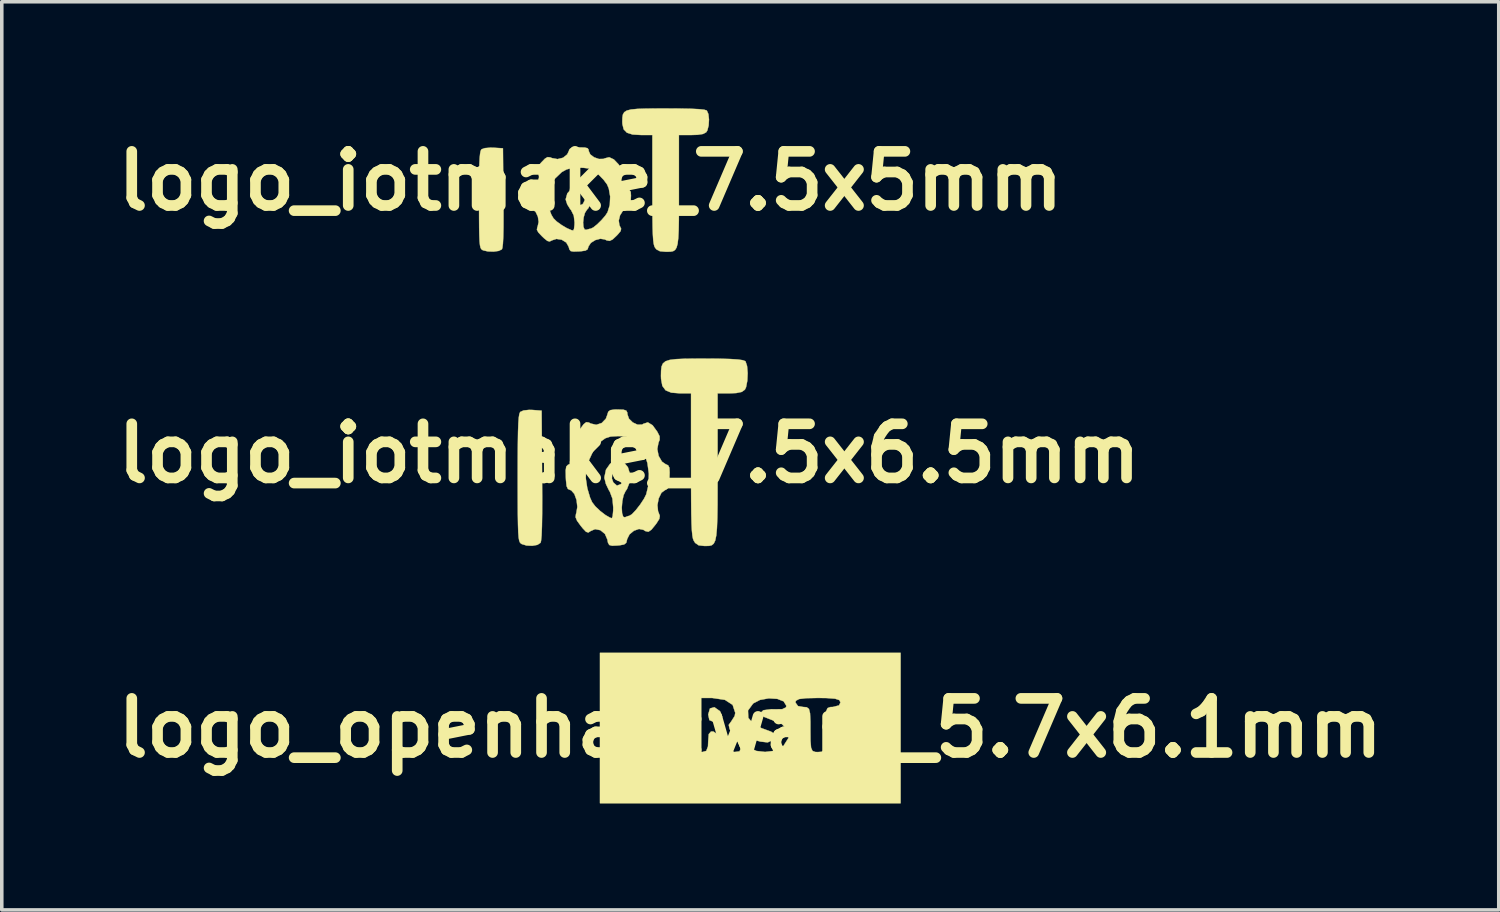
<source format=kicad_pcb>
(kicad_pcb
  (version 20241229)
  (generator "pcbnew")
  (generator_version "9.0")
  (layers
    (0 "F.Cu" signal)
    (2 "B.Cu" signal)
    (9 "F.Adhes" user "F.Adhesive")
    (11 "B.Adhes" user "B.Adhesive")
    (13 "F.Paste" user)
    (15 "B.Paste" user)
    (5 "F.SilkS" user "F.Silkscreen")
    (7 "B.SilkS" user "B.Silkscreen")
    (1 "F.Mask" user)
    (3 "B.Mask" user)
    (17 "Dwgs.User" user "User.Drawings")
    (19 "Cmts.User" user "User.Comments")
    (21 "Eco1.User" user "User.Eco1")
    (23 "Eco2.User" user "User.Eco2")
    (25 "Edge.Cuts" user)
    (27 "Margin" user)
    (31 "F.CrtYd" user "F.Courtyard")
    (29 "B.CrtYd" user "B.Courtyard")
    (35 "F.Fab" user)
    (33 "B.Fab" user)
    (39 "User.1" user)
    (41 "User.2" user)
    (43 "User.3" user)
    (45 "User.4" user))
  (footprint "logo_iotmake_7.5x6.5mm"
    (layer "F.Cu")
    (at 14.667 9.719)
    (property "Reference" "logo_iotmake_7.5x6.5mm" (at 0 0 0) (layer "F.SilkS") (effects (font (size 1.524 1.524) (thickness 0.3))))
    (attr through_hole)
    (fp_poly (pts (xy -2.731 -1.225) (xy -2.465 -1.205) (xy -2.452 0.611) (xy -2.449 1.212) (xy -2.45 1.691) (xy -2.456 2.054) (xy -2.466 2.308) (xy -2.481 2.461) (xy -2.495 2.516) (xy -2.584 2.574) (xy -2.728 2.6) (xy -2.888 2.593) (xy -3.023 2.552) (xy -3.05 2.535) (xy -3.076 2.506) (xy -3.097 2.453) (xy -3.112 2.363) (xy -3.123 2.219) (xy -3.13 2.007) (xy -3.135 1.712) (xy -3.137 1.321) (xy -3.138 0.817) (xy -3.138 0.689) (xy -3.137 0.143) (xy -3.134 -0.286) (xy -3.129 -0.612) (xy -3.12 -0.849) (xy -3.108 -1.011) (xy -3.092 -1.111) (xy -3.071 -1.162) (xy -3.067 -1.168) (xy -2.975 -1.21) (xy -2.819 -1.227) (xy -2.731 -1.225)) (stroke (width 0.01) (type solid)) (fill yes) (layer "F.SilkS"))
    (fp_poly (pts (xy 2.532 -2.668) (xy 2.837 -2.66) (xy 3.057 -2.646) (xy 3.199 -2.626) (xy 3.27 -2.599) (xy 3.277 -2.592) (xy 3.32 -2.463) (xy 3.337 -2.264) (xy 3.327 -2.047) (xy 3.292 -1.866) (xy 3.259 -1.796) (xy 3.171 -1.733) (xy 3.016 -1.701) (xy 2.835 -1.693) (xy 2.49 -1.693) (xy 2.49 0.354) (xy 2.49 0.954) (xy 2.489 1.437) (xy 2.483 1.815) (xy 2.472 2.102) (xy 2.453 2.309) (xy 2.424 2.45) (xy 2.383 2.537) (xy 2.327 2.584) (xy 2.255 2.602) (xy 2.165 2.605) (xy 2.116 2.605) (xy 1.957 2.587) (xy 1.859 2.519) (xy 1.821 2.46) (xy 1.798 2.403) (xy 1.781 2.313) (xy 1.767 2.177) (xy 1.757 1.981) (xy 1.75 1.711) (xy 1.746 1.353) (xy 1.744 0.892) (xy 1.743 0.316) (xy 1.743 -1.693) (xy 1.43 -1.693) (xy 1.187 -1.712) (xy 1.027 -1.778) (xy 0.935 -1.902) (xy 0.899 -2.098) (xy 0.896 -2.181) (xy 0.899 -2.332) (xy 0.913 -2.448) (xy 0.951 -2.534) (xy 1.024 -2.595) (xy 1.143 -2.634) (xy 1.321 -2.656) (xy 1.569 -2.667) (xy 1.898 -2.67) (xy 2.135 -2.67) (xy 2.532 -2.668)) (stroke (width 0.01) (type solid)) (fill yes) (layer "F.SilkS"))
    (fp_poly (pts (xy -0.162 -1.232) (xy -0.081 -1.206) (xy -0.052 -1.15) (xy -0.05 -1.106) (xy -0.006 -0.979) (xy 0.102 -0.873) (xy 0.237 -0.81) (xy 0.364 -0.813) (xy 0.402 -0.835) (xy 0.526 -0.875) (xy 0.659 -0.794) (xy 0.791 -0.613) (xy 0.857 -0.483) (xy 0.858 -0.383) (xy 0.826 -0.304) (xy 0.792 -0.124) (xy 0.83 0.07) (xy 0.923 0.23) (xy 1.023 0.3) (xy 1.098 0.335) (xy 1.133 0.402) (xy 1.14 0.537) (xy 1.135 0.675) (xy 1.12 0.877) (xy 1.091 0.982) (xy 1.035 1.024) (xy 1.013 1.03) (xy 0.909 1.107) (xy 0.832 1.265) (xy 0.796 1.455) (xy 0.814 1.63) (xy 0.828 1.663) (xy 0.863 1.758) (xy 0.848 1.845) (xy 0.772 1.965) (xy 0.741 2.007) (xy 0.625 2.149) (xy 0.541 2.205) (xy 0.458 2.187) (xy 0.4 2.15) (xy 0.277 2.126) (xy 0.135 2.176) (xy 0.011 2.278) (xy -0.056 2.409) (xy -0.059 2.425) (xy -0.081 2.514) (xy -0.142 2.563) (xy -0.266 2.586) (xy -0.329 2.592) (xy -0.48 2.599) (xy -0.559 2.578) (xy -0.596 2.514) (xy -0.613 2.425) (xy -0.682 2.266) (xy -0.81 2.161) (xy -0.959 2.131) (xy -1.085 2.185) (xy -1.149 2.227) (xy -1.214 2.206) (xy -1.307 2.108) (xy -1.361 2.041) (xy -1.467 1.895) (xy -1.509 1.794) (xy -1.497 1.703) (xy -1.488 1.677) (xy -1.459 1.506) (xy -1.481 1.311) (xy -1.543 1.14) (xy -1.632 1.039) (xy -1.657 1.03) (xy -1.724 1) (xy -1.761 0.92) (xy -1.779 0.755) (xy -1.782 0.702) (xy -1.221 0.702) (xy -1.179 0.979) (xy -1.1 1.246) (xy -1.041 1.376) (xy -0.952 1.491) (xy -0.815 1.621) (xy -0.665 1.736) (xy -0.536 1.81) (xy -0.486 1.824) (xy -0.464 1.765) (xy -0.45 1.617) (xy -0.448 1.524) (xy -0.47 1.273) (xy -0.544 1.077) (xy -0.573 1.03) (xy -0.655 0.858) (xy -0.692 0.708) (xy -0.486 0.708) (xy -0.446 0.817) (xy -0.344 0.906) (xy -0.236 0.865) (xy -0.209 0.834) (xy -0.153 0.681) (xy -0.182 0.52) (xy -0.228 0.451) (xy -0.327 0.405) (xy -0.417 0.455) (xy -0.476 0.567) (xy -0.486 0.708) (xy -0.692 0.708) (xy -0.696 0.689) (xy -0.697 0.667) (xy -0.652 0.456) (xy -0.535 0.289) (xy -0.374 0.201) (xy -0.319 0.195) (xy -0.152 0.249) (xy -0.035 0.389) (xy 0.024 0.584) (xy 0.018 0.799) (xy -0.062 1.005) (xy -0.1 1.057) (xy -0.157 1.176) (xy -0.193 1.345) (xy -0.208 1.527) (xy -0.199 1.686) (xy -0.166 1.786) (xy -0.12 1.798) (xy -0.027 1.763) (xy 0.002 1.758) (xy 0.078 1.712) (xy 0.189 1.595) (xy 0.311 1.439) (xy 0.419 1.275) (xy 0.481 1.151) (xy 0.544 0.884) (xy 0.555 0.57) (xy 0.515 0.272) (xy 0.466 0.123) (xy 0.369 -0.047) (xy 0.233 -0.228) (xy 0.182 -0.286) (xy 0.059 -0.402) (xy -0.055 -0.463) (xy -0.202 -0.486) (xy -0.32 -0.488) (xy -0.523 -0.476) (xy -0.671 -0.428) (xy -0.805 -0.332) (xy -0.81 -0.327) (xy -1.005 -0.084) (xy -1.154 0.238) (xy -1.215 0.475) (xy -1.221 0.702) (xy -1.782 0.702) (xy -1.783 0.675) (xy -1.787 0.477) (xy -1.771 0.37) (xy -1.723 0.32) (xy -1.679 0.302) (xy -1.566 0.21) (xy -1.485 0.046) (xy -1.448 -0.144) (xy -1.469 -0.314) (xy -1.499 -0.371) (xy -1.513 -0.448) (xy -1.459 -0.572) (xy -1.386 -0.683) (xy -1.281 -0.823) (xy -1.208 -0.88) (xy -1.136 -0.871) (xy -1.084 -0.843) (xy -0.927 -0.806) (xy -0.772 -0.857) (xy -0.655 -0.979) (xy -0.617 -1.083) (xy -0.589 -1.173) (xy -0.532 -1.219) (xy -0.418 -1.236) (xy -0.318 -1.237) (xy -0.162 -1.232)) (stroke (width 0.01) (type solid)) (fill yes) (layer "F.SilkS")))
  (footprint "logo_iotmake_7.5x5mm"
    (layer "F.Cu")
    (at 13.578 2.047)
    (property "Reference" "logo_iotmake_7.5x5mm" (at 0 0 0) (layer "F.SilkS") (effects (font (size 1.524 1.524) (thickness 0.3))))
    (attr through_hole)
    (fp_poly (pts (xy -2.731 -0.937) (xy -2.465 -0.921) (xy -2.452 0.467) (xy -2.449 0.927) (xy -2.45 1.293) (xy -2.456 1.57) (xy -2.466 1.765) (xy -2.481 1.882) (xy -2.495 1.924) (xy -2.584 1.968) (xy -2.728 1.988) (xy -2.888 1.983) (xy -3.023 1.952) (xy -3.05 1.938) (xy -3.076 1.916) (xy -3.097 1.876) (xy -3.112 1.807) (xy -3.123 1.697) (xy -3.13 1.535) (xy -3.135 1.31) (xy -3.137 1.01) (xy -3.138 0.624) (xy -3.138 0.527) (xy -3.137 0.109) (xy -3.134 -0.219) (xy -3.129 -0.468) (xy -3.12 -0.649) (xy -3.108 -0.773) (xy -3.092 -0.849) (xy -3.071 -0.889) (xy -3.067 -0.893) (xy -2.975 -0.926) (xy -2.819 -0.939) (xy -2.731 -0.937)) (stroke (width 0.01) (type solid)) (fill yes) (layer "F.SilkS"))
    (fp_poly (pts (xy 2.532 -2.04) (xy 2.837 -2.034) (xy 3.057 -2.023) (xy 3.199 -2.008) (xy 3.27 -1.987) (xy 3.277 -1.982) (xy 3.32 -1.884) (xy 3.337 -1.731) (xy 3.327 -1.565) (xy 3.292 -1.427) (xy 3.259 -1.373) (xy 3.171 -1.325) (xy 3.016 -1.301) (xy 2.835 -1.295) (xy 2.49 -1.295) (xy 2.49 0.27) (xy 2.49 0.73) (xy 2.489 1.099) (xy 2.483 1.388) (xy 2.472 1.607) (xy 2.453 1.766) (xy 2.424 1.874) (xy 2.383 1.94) (xy 2.327 1.976) (xy 2.255 1.99) (xy 2.165 1.992) (xy 2.116 1.992) (xy 1.957 1.978) (xy 1.859 1.927) (xy 1.821 1.881) (xy 1.798 1.837) (xy 1.781 1.769) (xy 1.767 1.665) (xy 1.757 1.515) (xy 1.75 1.308) (xy 1.746 1.034) (xy 1.744 0.682) (xy 1.743 0.241) (xy 1.743 -1.295) (xy 1.43 -1.295) (xy 1.187 -1.309) (xy 1.027 -1.36) (xy 0.935 -1.455) (xy 0.899 -1.604) (xy 0.896 -1.668) (xy 0.899 -1.783) (xy 0.913 -1.872) (xy 0.951 -1.938) (xy 1.024 -1.984) (xy 1.143 -2.014) (xy 1.321 -2.031) (xy 1.569 -2.039) (xy 1.898 -2.042) (xy 2.135 -2.042) (xy 2.532 -2.04)) (stroke (width 0.01) (type solid)) (fill yes) (layer "F.SilkS"))
    (fp_poly (pts (xy -0.162 -0.942) (xy -0.081 -0.923) (xy -0.052 -0.879) (xy -0.05 -0.846) (xy -0.006 -0.748) (xy 0.102 -0.667) (xy 0.237 -0.62) (xy 0.364 -0.622) (xy 0.402 -0.638) (xy 0.526 -0.669) (xy 0.659 -0.607) (xy 0.791 -0.469) (xy 0.857 -0.369) (xy 0.858 -0.293) (xy 0.826 -0.232) (xy 0.792 -0.095) (xy 0.83 0.054) (xy 0.923 0.176) (xy 1.023 0.229) (xy 1.098 0.256) (xy 1.133 0.307) (xy 1.14 0.411) (xy 1.135 0.516) (xy 1.12 0.67) (xy 1.091 0.751) (xy 1.035 0.783) (xy 1.013 0.787) (xy 0.909 0.846) (xy 0.832 0.967) (xy 0.796 1.113) (xy 0.814 1.246) (xy 0.828 1.272) (xy 0.863 1.344) (xy 0.848 1.411) (xy 0.772 1.502) (xy 0.741 1.535) (xy 0.625 1.644) (xy 0.541 1.686) (xy 0.458 1.672) (xy 0.4 1.644) (xy 0.277 1.626) (xy 0.135 1.664) (xy 0.011 1.742) (xy -0.056 1.842) (xy -0.059 1.854) (xy -0.081 1.923) (xy -0.142 1.96) (xy -0.266 1.978) (xy -0.329 1.982) (xy -0.48 1.987) (xy -0.559 1.972) (xy -0.596 1.922) (xy -0.613 1.854) (xy -0.682 1.732) (xy -0.81 1.653) (xy -0.959 1.63) (xy -1.085 1.671) (xy -1.149 1.703) (xy -1.214 1.687) (xy -1.307 1.612) (xy -1.361 1.561) (xy -1.467 1.449) (xy -1.509 1.372) (xy -1.497 1.303) (xy -1.488 1.283) (xy -1.459 1.152) (xy -1.481 1.003) (xy -1.543 0.872) (xy -1.632 0.794) (xy -1.657 0.788) (xy -1.724 0.765) (xy -1.761 0.703) (xy -1.779 0.577) (xy -1.782 0.537) (xy -1.221 0.537) (xy -1.179 0.748) (xy -1.1 0.953) (xy -1.041 1.052) (xy -0.952 1.14) (xy -0.815 1.239) (xy -0.665 1.328) (xy -0.536 1.384) (xy -0.486 1.394) (xy -0.464 1.35) (xy -0.45 1.237) (xy -0.448 1.165) (xy -0.47 0.973) (xy -0.544 0.824) (xy -0.573 0.788) (xy -0.655 0.656) (xy -0.692 0.541) (xy -0.486 0.541) (xy -0.446 0.625) (xy -0.344 0.693) (xy -0.236 0.661) (xy -0.209 0.637) (xy -0.153 0.521) (xy -0.182 0.397) (xy -0.228 0.345) (xy -0.327 0.31) (xy -0.417 0.348) (xy -0.476 0.433) (xy -0.486 0.541) (xy -0.692 0.541) (xy -0.696 0.527) (xy -0.697 0.51) (xy -0.652 0.349) (xy -0.535 0.221) (xy -0.374 0.154) (xy -0.319 0.149) (xy -0.152 0.191) (xy -0.035 0.298) (xy 0.024 0.446) (xy 0.018 0.611) (xy -0.062 0.768) (xy -0.1 0.808) (xy -0.157 0.899) (xy -0.193 1.028) (xy -0.208 1.168) (xy -0.199 1.289) (xy -0.166 1.366) (xy -0.12 1.375) (xy -0.027 1.348) (xy 0.002 1.345) (xy 0.078 1.309) (xy 0.189 1.22) (xy 0.311 1.1) (xy 0.419 0.975) (xy 0.481 0.88) (xy 0.544 0.676) (xy 0.555 0.436) (xy 0.515 0.208) (xy 0.466 0.094) (xy 0.369 -0.036) (xy 0.233 -0.175) (xy 0.182 -0.219) (xy 0.059 -0.307) (xy -0.055 -0.354) (xy -0.202 -0.372) (xy -0.32 -0.374) (xy -0.523 -0.364) (xy -0.671 -0.327) (xy -0.805 -0.254) (xy -0.81 -0.25) (xy -1.005 -0.064) (xy -1.154 0.182) (xy -1.215 0.363) (xy -1.221 0.537) (xy -1.782 0.537) (xy -1.783 0.516) (xy -1.787 0.364) (xy -1.771 0.283) (xy -1.723 0.245) (xy -1.679 0.231) (xy -1.566 0.161) (xy -1.485 0.035) (xy -1.448 -0.11) (xy -1.469 -0.24) (xy -1.499 -0.284) (xy -1.513 -0.343) (xy -1.459 -0.438) (xy -1.386 -0.522) (xy -1.281 -0.63) (xy -1.208 -0.673) (xy -1.136 -0.666) (xy -1.084 -0.645) (xy -0.927 -0.616) (xy -0.772 -0.655) (xy -0.655 -0.749) (xy -0.617 -0.828) (xy -0.589 -0.897) (xy -0.532 -0.932) (xy -0.418 -0.945) (xy -0.318 -0.946) (xy -0.162 -0.942)) (stroke (width 0.01) (type solid)) (fill yes) (layer "F.SilkS")))
  (footprint "logo_openhardware_5.7x6.1mm"
    (layer "F.Cu")
    (at 18.078 17.451)
    (property "Reference" "logo_openhardware_5.7x6.1mm" (at 0 0 0) (layer "F.SilkS") (effects (font (size 1.524 1.524) (thickness 0.3))))
    (attr through_hole)
    (fp_poly (pts (xy -0.854 -0.474) (xy -0.85 -0.469) (xy -0.79 -0.31) (xy -0.877 -0.198) (xy -1.021 -0.169) (xy -1.151 -0.222) (xy -1.185 -0.381) (xy -1.135 -0.551) (xy -1.011 -0.586) (xy -0.854 -0.474)) (stroke (width 0.01) (type solid)) (fill yes) (layer "F.SilkS"))
    (fp_poly (pts (xy 4.233 2.117) (xy -4.233 2.117) (xy -4.233 -0.847) (xy -1.524 -0.847) (xy -1.524 -0.085) (xy -1.521 0.277) (xy -1.508 0.502) (xy -1.477 0.622) (xy -1.421 0.67) (xy -1.355 0.677) (xy -1.239 0.645) (xy -1.191 0.518) (xy -1.185 0.375) (xy -1.169 0.172) (xy -1.105 0.098) (xy -1.037 0.1) (xy -0.904 0.19) (xy -0.775 0.374) (xy -0.762 0.4) (xy -0.612 0.614) (xy -0.445 0.676) (xy -0.303 0.657) (xy -0.267 0.579) (xy -0.335 0.425) (xy -0.085 0.425) (xy -0.012 0.561) (xy 0.172 0.646) (xy 0.417 0.674) (xy 0.672 0.643) (xy 0.886 0.547) (xy 0.931 0.508) (xy 1.075 0.281) (xy 1.059 0.069) (xy 0.892 -0.11) (xy 0.593 -0.233) (xy 0.36 -0.325) (xy 0.287 -0.423) (xy 0.368 -0.501) (xy 0.596 -0.53) (xy 0.656 -0.528) (xy 0.899 -0.53) (xy 1.005 -0.581) (xy 1.016 -0.624) (xy 0.96 -0.72) (xy 1.27 -0.72) (xy 1.344 -0.618) (xy 1.482 -0.593) (xy 1.589 -0.585) (xy 1.652 -0.537) (xy 1.683 -0.414) (xy 1.693 -0.181) (xy 1.693 0.042) (xy 1.696 0.365) (xy 1.712 0.555) (xy 1.753 0.646) (xy 1.831 0.675) (xy 1.905 0.677) (xy 2.013 0.669) (xy 2.076 0.622) (xy 2.106 0.499) (xy 2.116 0.265) (xy 2.117 0.042) (xy 2.119 -0.281) (xy 2.135 -0.47) (xy 2.176 -0.561) (xy 2.254 -0.59) (xy 2.328 -0.593) (xy 2.499 -0.637) (xy 2.54 -0.72) (xy 2.507 -0.787) (xy 2.387 -0.826) (xy 2.149 -0.844) (xy 1.905 -0.847) (xy 1.57 -0.84) (xy 1.373 -0.816) (xy 1.285 -0.768) (xy 1.27 -0.72) (xy 0.96 -0.72) (xy 0.944 -0.749) (xy 0.761 -0.821) (xy 0.52 -0.836) (xy 0.272 -0.791) (xy 0.081 -0.692) (xy -0.064 -0.494) (xy -0.056 -0.288) (xy 0.095 -0.106) (xy 0.317 0.004) (xy 0.587 0.103) (xy 0.707 0.189) (xy 0.695 0.279) (xy 0.635 0.338) (xy 0.49 0.405) (xy 0.282 0.381) (xy 0.208 0.36) (xy 0.014 0.31) (xy -0.068 0.331) (xy -0.085 0.425) (xy -0.335 0.425) (xy -0.339 0.416) (xy -0.46 0.229) (xy -0.582 0.029) (xy -0.607 -0.088) (xy -0.546 -0.173) (xy -0.544 -0.174) (xy -0.439 -0.339) (xy -0.423 -0.428) (xy -0.497 -0.652) (xy -0.714 -0.793) (xy -1.067 -0.846) (xy -1.107 -0.847) (xy -1.524 -0.847) (xy -4.233 -0.847) (xy -4.233 -2.117) (xy 4.233 -2.117) (xy 4.233 2.117)) (stroke (width 0.01) (type solid)) (fill yes) (layer "F.SilkS")))
  (gr_rect
    (start -3 -3)
    (end 39.155 22.573)
    (stroke (width 0.1) (type default))
    (fill no)
    (layer "Edge.Cuts")))
</source>
